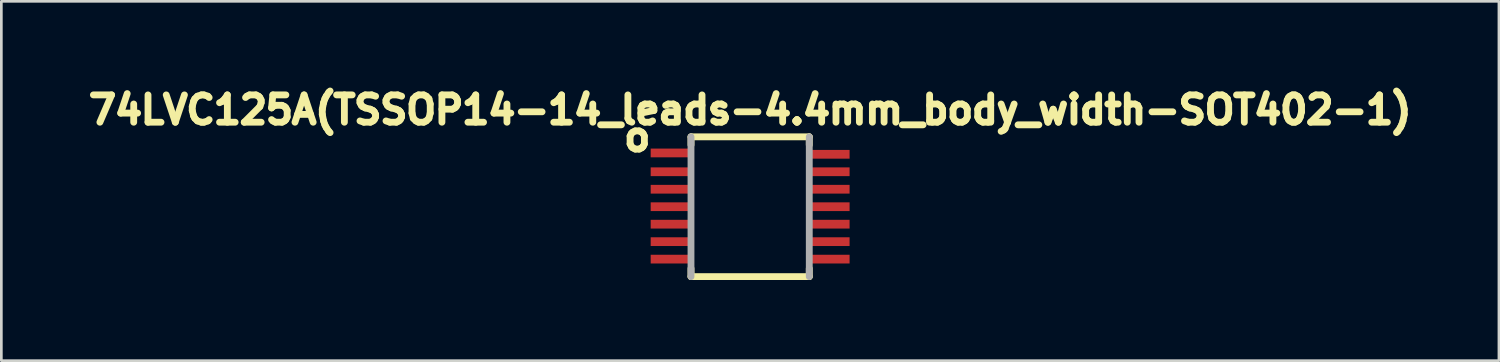
<source format=kicad_pcb>
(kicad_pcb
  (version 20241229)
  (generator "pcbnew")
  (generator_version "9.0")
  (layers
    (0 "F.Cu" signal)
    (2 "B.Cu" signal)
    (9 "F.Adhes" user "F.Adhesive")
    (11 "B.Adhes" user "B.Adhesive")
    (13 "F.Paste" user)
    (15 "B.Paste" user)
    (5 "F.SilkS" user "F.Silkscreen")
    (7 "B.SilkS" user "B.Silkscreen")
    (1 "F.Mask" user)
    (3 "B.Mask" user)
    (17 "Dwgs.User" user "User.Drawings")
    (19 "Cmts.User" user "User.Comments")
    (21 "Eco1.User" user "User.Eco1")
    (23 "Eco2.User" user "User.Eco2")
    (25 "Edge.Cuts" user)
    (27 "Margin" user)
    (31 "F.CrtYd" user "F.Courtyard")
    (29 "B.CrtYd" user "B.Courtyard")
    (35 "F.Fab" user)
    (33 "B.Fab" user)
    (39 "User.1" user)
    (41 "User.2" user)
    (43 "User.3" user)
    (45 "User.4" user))
  (footprint "74LVC125A(TSSOP14-14_leads-4.4mm_body_width-SOT402-1)"
    (layer "F.Cu")
    (at 24.857 4.64)
    (property "Reference" "74LVC125A(TSSOP14-14_leads-4.4mm_body_width-SOT402-1)" (at 0 -3.6 0) (layer "F.SilkS") (effects (font (size 1.016 1.016) (thickness 0.254))))
    (attr smd)
    (fp_line (start -2.2 -2.3) (end -2.2 -2.6) (stroke (width 0.254) (type solid)) (layer "F.SilkS"))
    (fp_line (start -2.2 2.6) (end -2.2 2.3) (stroke (width 0.254) (type solid)) (layer "F.SilkS"))
    (fp_line (start 2.2 -2.6) (end -2.2 -2.6) (stroke (width 0.254) (type solid)) (layer "F.SilkS"))
    (fp_line (start 2.2 -2.3) (end 2.2 -2.6) (stroke (width 0.254) (type solid)) (layer "F.SilkS"))
    (fp_line (start 2.2 2.3) (end 2.2 2.6) (stroke (width 0.254) (type solid)) (layer "F.SilkS"))
    (fp_line (start 2.2 2.6) (end -2.2 2.6) (stroke (width 0.254) (type solid)) (layer "F.SilkS"))
    (fp_line (start -2.2 -2.6) (end -2.2 2.6) (stroke (width 0.254) (type solid)) (layer "F.Fab"))
    (fp_line (start 2.2 -2.6) (end 2.2 2.6) (stroke (width 0.254) (type solid)) (layer "F.Fab"))
    (fp_text user "o" (at -4.2 -2.6 0) (layer "F.SilkS") (effects (font (size 1.016 1.016) (thickness 0.254))))
    (pad "1" smd rect (at -3 -2) (size 1.4 0.325) (layers "F.Cu" "F.Mask" "F.Paste"))
    (pad "2" smd rect (at -3 -1.3) (size 1.4 0.325) (layers "F.Cu" "F.Mask" "F.Paste"))
    (pad "3" smd rect (at -3 -0.65) (size 1.4 0.325) (layers "F.Cu" "F.Mask" "F.Paste"))
    (pad "4" smd rect (at -3 0) (size 1.4 0.325) (layers "F.Cu" "F.Mask" "F.Paste"))
    (pad "5" smd rect (at -3 0.65) (size 1.4 0.325) (layers "F.Cu" "F.Mask" "F.Paste"))
    (pad "6" smd rect (at -3 1.3) (size 1.4 0.325) (layers "F.Cu" "F.Mask" "F.Paste"))
    (pad "7" smd rect (at -3 1.95) (size 1.4 0.325) (layers "F.Cu" "F.Mask" "F.Paste"))
    (pad "8" smd rect (at 3 1.95) (size 1.4 0.325) (layers "F.Cu" "F.Mask" "F.Paste"))
    (pad "9" smd rect (at 3 1.3) (size 1.4 0.325) (layers "F.Cu" "F.Mask" "F.Paste"))
    (pad "10" smd rect (at 3 0.65) (size 1.4 0.325) (layers "F.Cu" "F.Mask" "F.Paste"))
    (pad "11" smd rect (at 3 0) (size 1.4 0.325) (layers "F.Cu" "F.Mask" "F.Paste"))
    (pad "12" smd rect (at 3 -0.65) (size 1.4 0.325) (layers "F.Cu" "F.Mask" "F.Paste"))
    (pad "13" smd rect (at 3 -1.3) (size 1.4 0.325) (layers "F.Cu" "F.Mask" "F.Paste"))
    (pad "14" smd rect (at 3 -1.95) (size 1.4 0.325) (layers "F.Cu" "F.Mask" "F.Paste")))
  (gr_rect
    (start -3 -3)
    (end 52.714 10.367)
    (stroke (width 0.1) (type default))
    (fill no)
    (layer "Edge.Cuts")))
</source>
